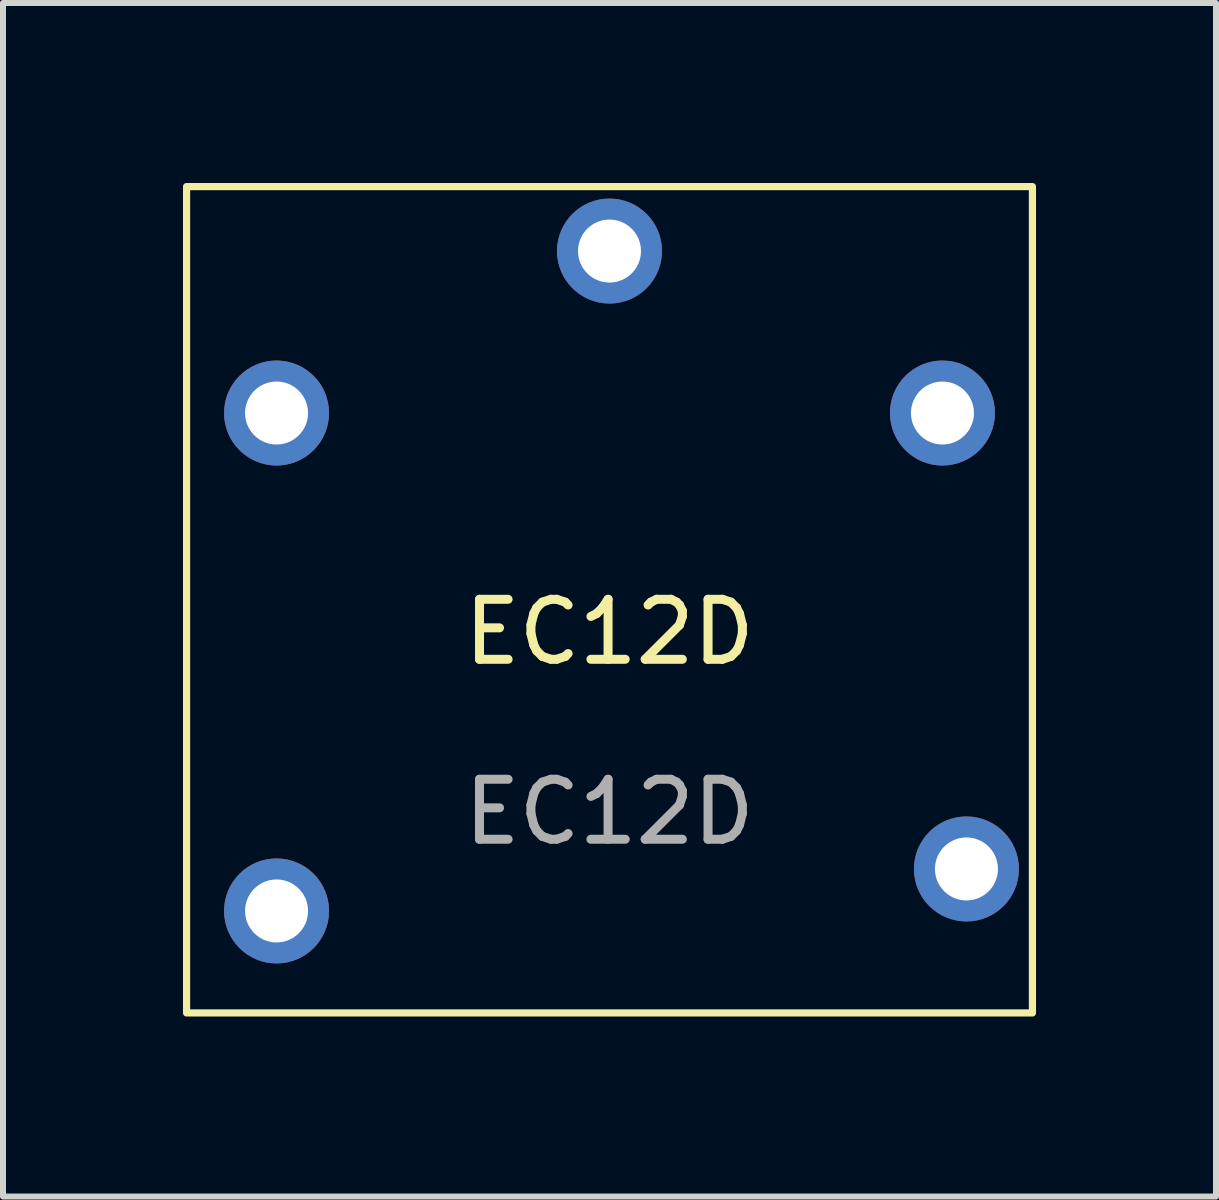
<source format=kicad_pcb>
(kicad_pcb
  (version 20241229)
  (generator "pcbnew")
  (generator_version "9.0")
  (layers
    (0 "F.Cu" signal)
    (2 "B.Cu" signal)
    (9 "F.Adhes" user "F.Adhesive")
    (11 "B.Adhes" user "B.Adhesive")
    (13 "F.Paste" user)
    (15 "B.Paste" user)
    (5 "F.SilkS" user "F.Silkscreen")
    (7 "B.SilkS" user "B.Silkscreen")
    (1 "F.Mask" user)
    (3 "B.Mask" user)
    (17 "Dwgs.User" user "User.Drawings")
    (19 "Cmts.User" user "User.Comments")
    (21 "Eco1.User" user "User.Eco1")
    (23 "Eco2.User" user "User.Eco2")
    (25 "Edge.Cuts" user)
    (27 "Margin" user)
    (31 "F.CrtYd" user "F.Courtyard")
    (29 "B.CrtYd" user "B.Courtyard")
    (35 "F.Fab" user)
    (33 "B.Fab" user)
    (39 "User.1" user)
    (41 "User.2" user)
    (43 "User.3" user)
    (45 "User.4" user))
  (footprint "EC12D"
    (layer "F.Cu")
    (at 7.11 7.985)
    (property "Reference" "EC12D" (at 0 -0.5 0) (unlocked yes) (layer "F.SilkS") (effects (font (size 1 1) (thickness 0.15))))
    (attr through_hole)
    (fp_rect (start -7.05 -7.925) (end 7.05 5.85) (stroke (width 0.12) (type solid)) (fill no) (layer "F.SilkS"))
    (fp_text user "${REFERENCE}" (at 0 2.5 0) (unlocked yes) (layer "F.Fab") (effects (font (size 1 1) (thickness 0.15))))
    (pad "A" thru_hole circle (at -5.55 -4.15) (size 1.75 1.75) (drill 1.05) (layers "*.Cu" "*.Mask"))
    (pad "B" thru_hole circle (at 5.55 -4.15) (size 1.75 1.75) (drill 1.05) (layers "*.Cu" "*.Mask"))
    (pad "C" thru_hole circle (at 0 -6.85) (size 1.75 1.75) (drill 1.05) (layers "*.Cu" "*.Mask"))
    (pad "S1" thru_hole circle (at 5.95 3.45) (size 1.75 1.75) (drill 1.05) (layers "*.Cu" "*.Mask"))
    (pad "S2" thru_hole circle (at -5.55 4.15) (size 1.75 1.75) (drill 1.05) (layers "*.Cu" "*.Mask")))
  (gr_rect
    (start -3 -3)
    (end 17.22 16.895)
    (stroke (width 0.1) (type default))
    (fill no)
    (layer "Edge.Cuts")))
</source>
